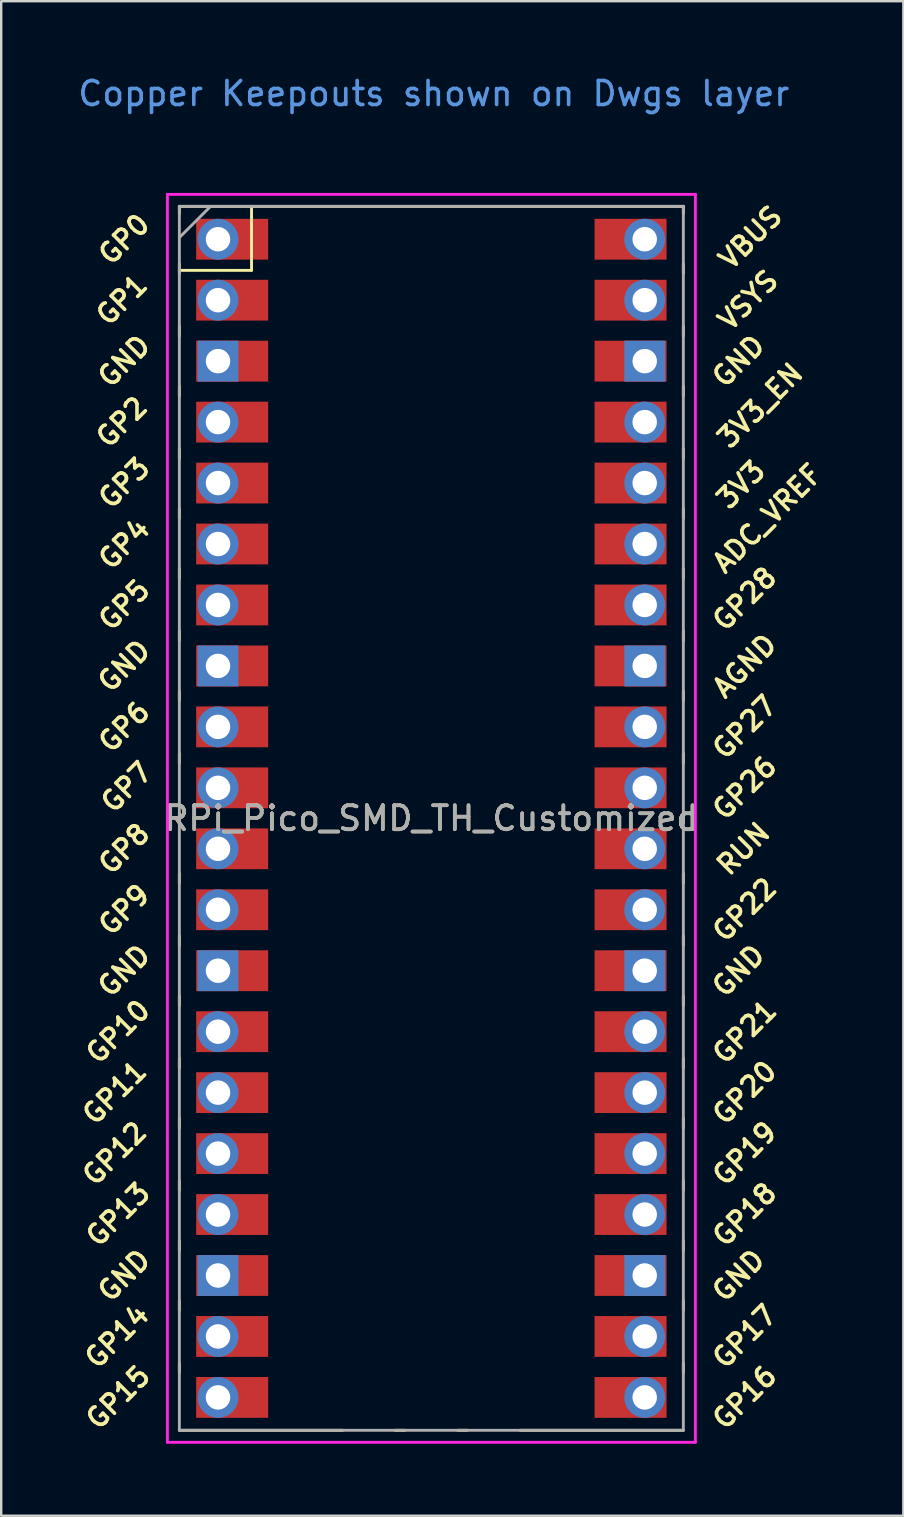
<source format=kicad_pcb>
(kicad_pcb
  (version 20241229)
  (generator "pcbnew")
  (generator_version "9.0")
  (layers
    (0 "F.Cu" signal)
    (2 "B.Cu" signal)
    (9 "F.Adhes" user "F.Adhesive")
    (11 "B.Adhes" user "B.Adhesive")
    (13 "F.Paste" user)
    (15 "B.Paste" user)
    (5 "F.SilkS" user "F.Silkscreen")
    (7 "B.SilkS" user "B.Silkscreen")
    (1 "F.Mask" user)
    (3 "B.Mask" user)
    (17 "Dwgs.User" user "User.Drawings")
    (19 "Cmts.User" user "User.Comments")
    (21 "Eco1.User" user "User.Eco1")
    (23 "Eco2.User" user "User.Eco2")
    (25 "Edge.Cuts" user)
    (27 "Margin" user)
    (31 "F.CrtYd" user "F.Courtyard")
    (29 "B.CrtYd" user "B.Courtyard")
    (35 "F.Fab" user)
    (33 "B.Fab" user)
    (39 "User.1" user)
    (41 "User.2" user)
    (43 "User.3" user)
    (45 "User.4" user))
  (footprint "RPi_Pico_SMD_TH_Customized"
    (layer "F.Cu")
    (at 14.924 31.048)
    (property "Reference" "RPi_Pico_SMD_TH_Customized" (at 0 0 0) (layer "F.SilkS") (effects (font (size 1 1) (thickness 0.15))))
    (attr through_hole)
    (fp_line (start -10.5 -25.5) (end -10.5 -25.2) (stroke (width 0.12) (type solid)) (layer "F.SilkS"))
    (fp_line (start -10.5 -25.5) (end 10.5 -25.5) (stroke (width 0.12) (type solid)) (layer "F.SilkS"))
    (fp_line (start -10.5 -23.1) (end -10.5 -22.7) (stroke (width 0.12) (type solid)) (layer "F.SilkS"))
    (fp_line (start -10.5 -22.833) (end -7.493 -22.833) (stroke (width 0.12) (type solid)) (layer "F.SilkS"))
    (fp_line (start -10.5 -20.5) (end -10.5 -20.1) (stroke (width 0.12) (type solid)) (layer "F.SilkS"))
    (fp_line (start -10.5 -18) (end -10.5 -17.6) (stroke (width 0.12) (type solid)) (layer "F.SilkS"))
    (fp_line (start -10.5 -15.4) (end -10.5 -15) (stroke (width 0.12) (type solid)) (layer "F.SilkS"))
    (fp_line (start -10.5 -12.9) (end -10.5 -12.5) (stroke (width 0.12) (type solid)) (layer "F.SilkS"))
    (fp_line (start -10.5 -10.4) (end -10.5 -10) (stroke (width 0.12) (type solid)) (layer "F.SilkS"))
    (fp_line (start -10.5 -7.8) (end -10.5 -7.4) (stroke (width 0.12) (type solid)) (layer "F.SilkS"))
    (fp_line (start -10.5 -5.3) (end -10.5 -4.9) (stroke (width 0.12) (type solid)) (layer "F.SilkS"))
    (fp_line (start -10.5 -2.7) (end -10.5 -2.3) (stroke (width 0.12) (type solid)) (layer "F.SilkS"))
    (fp_line (start -10.5 -0.2) (end -10.5 0.2) (stroke (width 0.12) (type solid)) (layer "F.SilkS"))
    (fp_line (start -10.5 2.3) (end -10.5 2.7) (stroke (width 0.12) (type solid)) (layer "F.SilkS"))
    (fp_line (start -10.5 4.9) (end -10.5 5.3) (stroke (width 0.12) (type solid)) (layer "F.SilkS"))
    (fp_line (start -10.5 7.4) (end -10.5 7.8) (stroke (width 0.12) (type solid)) (layer "F.SilkS"))
    (fp_line (start -10.5 10) (end -10.5 10.4) (stroke (width 0.12) (type solid)) (layer "F.SilkS"))
    (fp_line (start -10.5 12.5) (end -10.5 12.9) (stroke (width 0.12) (type solid)) (layer "F.SilkS"))
    (fp_line (start -10.5 15.1) (end -10.5 15.5) (stroke (width 0.12) (type solid)) (layer "F.SilkS"))
    (fp_line (start -10.5 17.6) (end -10.5 18) (stroke (width 0.12) (type solid)) (layer "F.SilkS"))
    (fp_line (start -10.5 20.1) (end -10.5 20.5) (stroke (width 0.12) (type solid)) (layer "F.SilkS"))
    (fp_line (start -10.5 22.7) (end -10.5 23.1) (stroke (width 0.12) (type solid)) (layer "F.SilkS"))
    (fp_line (start -7.493 -22.833) (end -7.493 -25.5) (stroke (width 0.12) (type solid)) (layer "F.SilkS"))
    (fp_line (start -3.7 25.5) (end -10.5 25.5) (stroke (width 0.12) (type solid)) (layer "F.SilkS"))
    (fp_line (start -1.5 25.5) (end -1.1 25.5) (stroke (width 0.12) (type solid)) (layer "F.SilkS"))
    (fp_line (start 1.1 25.5) (end 1.5 25.5) (stroke (width 0.12) (type solid)) (layer "F.SilkS"))
    (fp_line (start 10.5 -25.5) (end 10.5 -25.2) (stroke (width 0.12) (type solid)) (layer "F.SilkS"))
    (fp_line (start 10.5 -23.1) (end 10.5 -22.7) (stroke (width 0.12) (type solid)) (layer "F.SilkS"))
    (fp_line (start 10.5 -20.5) (end 10.5 -20.1) (stroke (width 0.12) (type solid)) (layer "F.SilkS"))
    (fp_line (start 10.5 -18) (end 10.5 -17.6) (stroke (width 0.12) (type solid)) (layer "F.SilkS"))
    (fp_line (start 10.5 -15.4) (end 10.5 -15) (stroke (width 0.12) (type solid)) (layer "F.SilkS"))
    (fp_line (start 10.5 -12.9) (end 10.5 -12.5) (stroke (width 0.12) (type solid)) (layer "F.SilkS"))
    (fp_line (start 10.5 -10.4) (end 10.5 -10) (stroke (width 0.12) (type solid)) (layer "F.SilkS"))
    (fp_line (start 10.5 -7.8) (end 10.5 -7.4) (stroke (width 0.12) (type solid)) (layer "F.SilkS"))
    (fp_line (start 10.5 -5.3) (end 10.5 -4.9) (stroke (width 0.12) (type solid)) (layer "F.SilkS"))
    (fp_line (start 10.5 -2.7) (end 10.5 -2.3) (stroke (width 0.12) (type solid)) (layer "F.SilkS"))
    (fp_line (start 10.5 -0.2) (end 10.5 0.2) (stroke (width 0.12) (type solid)) (layer "F.SilkS"))
    (fp_line (start 10.5 2.3) (end 10.5 2.7) (stroke (width 0.12) (type solid)) (layer "F.SilkS"))
    (fp_line (start 10.5 4.9) (end 10.5 5.3) (stroke (width 0.12) (type solid)) (layer "F.SilkS"))
    (fp_line (start 10.5 7.4) (end 10.5 7.8) (stroke (width 0.12) (type solid)) (layer "F.SilkS"))
    (fp_line (start 10.5 10) (end 10.5 10.4) (stroke (width 0.12) (type solid)) (layer "F.SilkS"))
    (fp_line (start 10.5 12.5) (end 10.5 12.9) (stroke (width 0.12) (type solid)) (layer "F.SilkS"))
    (fp_line (start 10.5 15.1) (end 10.5 15.5) (stroke (width 0.12) (type solid)) (layer "F.SilkS"))
    (fp_line (start 10.5 17.6) (end 10.5 18) (stroke (width 0.12) (type solid)) (layer "F.SilkS"))
    (fp_line (start 10.5 20.1) (end 10.5 20.5) (stroke (width 0.12) (type solid)) (layer "F.SilkS"))
    (fp_line (start 10.5 22.7) (end 10.5 23.1) (stroke (width 0.12) (type solid)) (layer "F.SilkS"))
    (fp_line (start 10.5 25.5) (end 3.7 25.5) (stroke (width 0.12) (type solid)) (layer "F.SilkS"))
    (fp_line (start -11 -26) (end 11 -26) (stroke (width 0.12) (type solid)) (layer "F.CrtYd"))
    (fp_line (start -11 26) (end -11 -26) (stroke (width 0.12) (type solid)) (layer "F.CrtYd"))
    (fp_line (start 11 -26) (end 11 26) (stroke (width 0.12) (type solid)) (layer "F.CrtYd"))
    (fp_line (start 11 26) (end -11 26) (stroke (width 0.12) (type solid)) (layer "F.CrtYd"))
    (fp_line (start -10.5 -25.5) (end 10.5 -25.5) (stroke (width 0.12) (type solid)) (layer "F.Fab"))
    (fp_line (start -10.5 -24.2) (end -9.2 -25.5) (stroke (width 0.12) (type solid)) (layer "F.Fab"))
    (fp_line (start -10.5 25.5) (end -10.5 -25.5) (stroke (width 0.12) (type solid)) (layer "F.Fab"))
    (fp_line (start 10.5 -25.5) (end 10.5 25.5) (stroke (width 0.12) (type solid)) (layer "F.Fab"))
    (fp_line (start 10.5 25.5) (end -10.5 25.5) (stroke (width 0.12) (type solid)) (layer "F.Fab"))
    (fp_text user "GP15" (at -13.054 24.13 45) (layer "F.SilkS") (effects (font (size 0.8 0.8) (thickness 0.15))))
    (fp_text user "GP17" (at 13.054 21.59 45) (layer "F.SilkS") (effects (font (size 0.8 0.8) (thickness 0.15))))
    (fp_text user "GP3" (at -12.8 -13.97 45) (layer "F.SilkS") (effects (font (size 0.8 0.8) (thickness 0.15))))
    (fp_text user "GP13" (at -13.054 16.51 45) (layer "F.SilkS") (effects (font (size 0.8 0.8) (thickness 0.15))))
    (fp_text user "GP18" (at 13.054 16.51 45) (layer "F.SilkS") (effects (font (size 0.8 0.8) (thickness 0.15))))
    (fp_text user "GND" (at -12.8 -19.05 45) (layer "F.SilkS") (effects (font (size 0.8 0.8) (thickness 0.15))))
    (fp_text user "GP8" (at -12.8 1.27 45) (layer "F.SilkS") (effects (font (size 0.8 0.8) (thickness 0.15))))
    (fp_text user "GP2" (at -12.9 -16.51 45) (layer "F.SilkS") (effects (font (size 0.8 0.8) (thickness 0.15))))
    (fp_text user "GP12" (at -13.2 13.97 45) (layer "F.SilkS") (effects (font (size 0.8 0.8) (thickness 0.15))))
    (fp_text user "GND" (at 12.8 19.05 45) (layer "F.SilkS") (effects (font (size 0.8 0.8) (thickness 0.15))))
    (fp_text user "GND" (at -12.8 6.35 45) (layer "F.SilkS") (effects (font (size 0.8 0.8) (thickness 0.15))))
    (fp_text user "GP28" (at 13.054 -9.144 45) (layer "F.SilkS") (effects (font (size 0.8 0.8) (thickness 0.15))))
    (fp_text user "GP7" (at -12.7 -1.3 45) (layer "F.SilkS") (effects (font (size 0.8 0.8) (thickness 0.15))))
    (fp_text user "3V3" (at 12.9 -13.9 45) (layer "F.SilkS") (effects (font (size 0.8 0.8) (thickness 0.15))))
    (fp_text user "GP10" (at -13.054 8.89 45) (layer "F.SilkS") (effects (font (size 0.8 0.8) (thickness 0.15))))
    (fp_text user "GP27" (at 13.054 -3.8 45) (layer "F.SilkS") (effects (font (size 0.8 0.8) (thickness 0.15))))
    (fp_text user "GP1" (at -12.9 -21.6 45) (layer "F.SilkS") (effects (font (size 0.8 0.8) (thickness 0.15))))
    (fp_text user "GND" (at -12.8 19.05 45) (layer "F.SilkS") (effects (font (size 0.8 0.8) (thickness 0.15))))
    (fp_text user "GND" (at -12.8 -6.35 45) (layer "F.SilkS") (effects (font (size 0.8 0.8) (thickness 0.15))))
    (fp_text user "GP20" (at 13.054 11.43 45) (layer "F.SilkS") (effects (font (size 0.8 0.8) (thickness 0.15))))
    (fp_text user "ADC_VREF" (at 14 -12.5 45) (layer "F.SilkS") (effects (font (size 0.8 0.8) (thickness 0.15))))
    (fp_text user "GP11" (at -13.2 11.43 45) (layer "F.SilkS") (effects (font (size 0.8 0.8) (thickness 0.15))))
    (fp_text user "GP5" (at -12.8 -8.89 45) (layer "F.SilkS") (effects (font (size 0.8 0.8) (thickness 0.15))))
    (fp_text user "GP4" (at -12.8 -11.43 45) (layer "F.SilkS") (effects (font (size 0.8 0.8) (thickness 0.15))))
    (fp_text user "3V3_EN" (at 13.7 -17.2 45) (layer "F.SilkS") (effects (font (size 0.8 0.8) (thickness 0.15))))
    (fp_text user "GP0" (at -12.8 -24.13 45) (layer "F.SilkS") (effects (font (size 0.8 0.8) (thickness 0.15))))
    (fp_text user "GND" (at 12.8 -19.05 45) (layer "F.SilkS") (effects (font (size 0.8 0.8) (thickness 0.15))))
    (fp_text user "GP6" (at -12.8 -3.81 45) (layer "F.SilkS") (effects (font (size 0.8 0.8) (thickness 0.15))))
    (fp_text user "RUN" (at 13 1.27 45) (layer "F.SilkS") (effects (font (size 0.8 0.8) (thickness 0.15))))
    (fp_text user "GP14" (at -13.1 21.59 45) (layer "F.SilkS") (effects (font (size 0.8 0.8) (thickness 0.15))))
    (fp_text user "GP19" (at 13.054 13.97 45) (layer "F.SilkS") (effects (font (size 0.8 0.8) (thickness 0.15))))
    (fp_text user "GP9" (at -12.8 3.81 45) (layer "F.SilkS") (effects (font (size 0.8 0.8) (thickness 0.15))))
    (fp_text user "VSYS" (at 13.2 -21.59 45) (layer "F.SilkS") (effects (font (size 0.8 0.8) (thickness 0.15))))
    (fp_text user "GP21" (at 13.054 8.9 45) (layer "F.SilkS") (effects (font (size 0.8 0.8) (thickness 0.15))))
    (fp_text user "GND" (at 12.8 6.35 45) (layer "F.SilkS") (effects (font (size 0.8 0.8) (thickness 0.15))))
    (fp_text user "AGND" (at 13.054 -6.35 45) (layer "F.SilkS") (effects (font (size 0.8 0.8) (thickness 0.15))))
    (fp_text user "GP16" (at 13.054 24.13 45) (layer "F.SilkS") (effects (font (size 0.8 0.8) (thickness 0.15))))
    (fp_text user "GP26" (at 13.054 -1.27 45) (layer "F.SilkS") (effects (font (size 0.8 0.8) (thickness 0.15))))
    (fp_text user "VBUS" (at 13.3 -24.2 45) (layer "F.SilkS") (effects (font (size 0.8 0.8) (thickness 0.15))))
    (fp_text user "GP22" (at 13.054 3.81 45) (layer "F.SilkS") (effects (font (size 0.8 0.8) (thickness 0.15))))
    (fp_text user "Copper Keepouts shown on Dwgs layer" (at 0.1 -30.2 0) (layer "Cmts.User") (effects (font (size 1 1) (thickness 0.15))))
    (fp_text user "${REFERENCE}" (at 0 0 180) (layer "F.Fab") (effects (font (size 1 1) (thickness 0.15))))
    (pad "1" thru_hole oval (at -8.89 -24.13) (size 1.7 1.7) (drill 1.02) (layers "*.Cu" "*.Mask"))
    (pad "1" smd rect (at -7.4 -24.13) (size 3 1.7) (drill (offset -0.9 0)) (layers "F.Cu" "F.Mask"))
    (pad "2" thru_hole oval (at -8.89 -21.59) (size 1.7 1.7) (drill 1.02) (layers "*.Cu" "*.Mask"))
    (pad "2" smd rect (at -7.4 -21.59) (size 3 1.7) (drill (offset -0.9 0)) (layers "F.Cu" "F.Mask"))
    (pad "3" thru_hole rect (at -8.89 -19.05) (size 1.7 1.7) (drill 1.02) (layers "*.Cu" "*.Mask"))
    (pad "3" smd rect (at -7.4 -19.05) (size 3 1.7) (drill (offset -0.9 0)) (layers "F.Cu" "F.Mask"))
    (pad "4" thru_hole oval (at -8.89 -16.51) (size 1.7 1.7) (drill 1.02) (layers "*.Cu" "*.Mask"))
    (pad "4" smd rect (at -7.4 -16.51) (size 3 1.7) (drill (offset -0.9 0)) (layers "F.Cu" "F.Mask"))
    (pad "5" thru_hole oval (at -8.89 -13.97) (size 1.7 1.7) (drill 1.02) (layers "*.Cu" "*.Mask"))
    (pad "5" smd rect (at -7.4 -13.97) (size 3 1.7) (drill (offset -0.9 0)) (layers "F.Cu" "F.Mask"))
    (pad "6" thru_hole oval (at -8.89 -11.43) (size 1.7 1.7) (drill 1.02) (layers "*.Cu" "*.Mask"))
    (pad "6" smd rect (at -7.4 -11.43) (size 3 1.7) (drill (offset -0.9 0)) (layers "F.Cu" "F.Mask"))
    (pad "7" thru_hole oval (at -8.89 -8.89) (size 1.7 1.7) (drill 1.02) (layers "*.Cu" "*.Mask"))
    (pad "7" smd rect (at -7.4 -8.89) (size 3 1.7) (drill (offset -0.9 0)) (layers "F.Cu" "F.Mask"))
    (pad "8" thru_hole rect (at -8.89 -6.35) (size 1.7 1.7) (drill 1.02) (layers "*.Cu" "*.Mask"))
    (pad "8" smd rect (at -7.4 -6.35) (size 3 1.7) (drill (offset -0.9 0)) (layers "F.Cu" "F.Mask"))
    (pad "9" thru_hole oval (at -8.89 -3.81) (size 1.7 1.7) (drill 1.02) (layers "*.Cu" "*.Mask"))
    (pad "9" smd rect (at -7.4 -3.81) (size 3 1.7) (drill (offset -0.9 0)) (layers "F.Cu" "F.Mask"))
    (pad "10" thru_hole oval (at -8.89 -1.27) (size 1.7 1.7) (drill 1.02) (layers "*.Cu" "*.Mask"))
    (pad "10" smd rect (at -7.4 -1.27) (size 3 1.7) (drill (offset -0.9 0)) (layers "F.Cu" "F.Mask"))
    (pad "11" thru_hole oval (at -8.89 1.27) (size 1.7 1.7) (drill 1.02) (layers "*.Cu" "*.Mask"))
    (pad "11" smd rect (at -7.4 1.27) (size 3 1.7) (drill (offset -0.9 0)) (layers "F.Cu" "F.Mask"))
    (pad "12" thru_hole oval (at -8.89 3.81) (size 1.7 1.7) (drill 1.02) (layers "*.Cu" "*.Mask"))
    (pad "12" smd rect (at -7.4 3.81) (size 3 1.7) (drill (offset -0.9 0)) (layers "F.Cu" "F.Mask"))
    (pad "13" thru_hole rect (at -8.89 6.35) (size 1.7 1.7) (drill 1.02) (layers "*.Cu" "*.Mask"))
    (pad "13" smd rect (at -7.4 6.35) (size 3 1.7) (drill (offset -0.9 0)) (layers "F.Cu" "F.Mask"))
    (pad "14" thru_hole oval (at -8.89 8.89) (size 1.7 1.7) (drill 1.02) (layers "*.Cu" "*.Mask"))
    (pad "14" smd rect (at -7.4 8.89) (size 3 1.7) (drill (offset -0.9 0)) (layers "F.Cu" "F.Mask"))
    (pad "15" thru_hole oval (at -8.89 11.43) (size 1.7 1.7) (drill 1.02) (layers "*.Cu" "*.Mask"))
    (pad "15" smd rect (at -7.4 11.43) (size 3 1.7) (drill (offset -0.9 0)) (layers "F.Cu" "F.Mask"))
    (pad "16" thru_hole oval (at -8.89 13.97) (size 1.7 1.7) (drill 1.02) (layers "*.Cu" "*.Mask"))
    (pad "16" smd rect (at -7.4 13.97) (size 3 1.7) (drill (offset -0.9 0)) (layers "F.Cu" "F.Mask"))
    (pad "17" thru_hole oval (at -8.89 16.51) (size 1.7 1.7) (drill 1.02) (layers "*.Cu" "*.Mask"))
    (pad "17" smd rect (at -7.4 16.51) (size 3 1.7) (drill (offset -0.9 0)) (layers "F.Cu" "F.Mask"))
    (pad "18" thru_hole rect (at -8.89 19.05) (size 1.7 1.7) (drill 1.02) (layers "*.Cu" "*.Mask"))
    (pad "18" smd rect (at -7.4 19.05) (size 3 1.7) (drill (offset -0.9 0)) (layers "F.Cu" "F.Mask"))
    (pad "19" thru_hole oval (at -8.89 21.59) (size 1.7 1.7) (drill 1.02) (layers "*.Cu" "*.Mask"))
    (pad "19" smd rect (at -7.4 21.59) (size 3 1.7) (drill (offset -0.9 0)) (layers "F.Cu" "F.Mask"))
    (pad "20" thru_hole oval (at -8.89 24.13) (size 1.7 1.7) (drill 1.02) (layers "*.Cu" "*.Mask"))
    (pad "20" smd rect (at -7.4 24.13) (size 3 1.7) (drill (offset -0.9 0)) (layers "F.Cu" "F.Mask"))
    (pad "21" thru_hole oval (at 8.89 24.13) (size 1.7 1.7) (drill 1.02) (layers "*.Cu" "*.Mask"))
    (pad "21" smd rect (at 9.2 24.13) (size 3 1.7) (drill (offset -0.9 0)) (layers "F.Cu" "F.Mask"))
    (pad "22" thru_hole oval (at 8.89 21.59) (size 1.7 1.7) (drill 1.02) (layers "*.Cu" "*.Mask"))
    (pad "22" smd rect (at 9.2 21.59) (size 3 1.7) (drill (offset -0.9 0)) (layers "F.Cu" "F.Mask"))
    (pad "23" thru_hole rect (at 8.89 19.05) (size 1.7 1.7) (drill 1.02) (layers "*.Cu" "*.Mask"))
    (pad "23" smd rect (at 9.2 19.05) (size 3 1.7) (drill (offset -0.9 0)) (layers "F.Cu" "F.Mask"))
    (pad "24" thru_hole oval (at 8.89 16.51) (size 1.7 1.7) (drill 1.02) (layers "*.Cu" "*.Mask"))
    (pad "24" smd rect (at 9.2 16.51) (size 3 1.7) (drill (offset -0.9 0)) (layers "F.Cu" "F.Mask"))
    (pad "25" thru_hole oval (at 8.89 13.97) (size 1.7 1.7) (drill 1.02) (layers "*.Cu" "*.Mask"))
    (pad "25" smd rect (at 9.2 13.97) (size 3 1.7) (drill (offset -0.9 0)) (layers "F.Cu" "F.Mask"))
    (pad "26" thru_hole oval (at 8.89 11.43) (size 1.7 1.7) (drill 1.02) (layers "*.Cu" "*.Mask"))
    (pad "26" smd rect (at 9.2 11.43) (size 3 1.7) (drill (offset -0.9 0)) (layers "F.Cu" "F.Mask"))
    (pad "27" thru_hole oval (at 8.89 8.89) (size 1.7 1.7) (drill 1.02) (layers "*.Cu" "*.Mask"))
    (pad "27" smd rect (at 9.2 8.89) (size 3 1.7) (drill (offset -0.9 0)) (layers "F.Cu" "F.Mask"))
    (pad "28" thru_hole rect (at 8.89 6.35) (size 1.7 1.7) (drill 1.02) (layers "*.Cu" "*.Mask"))
    (pad "28" smd rect (at 9.2 6.35) (size 3 1.7) (drill (offset -0.9 0)) (layers "F.Cu" "F.Mask"))
    (pad "29" thru_hole oval (at 8.89 3.81) (size 1.7 1.7) (drill 1.02) (layers "*.Cu" "*.Mask"))
    (pad "29" smd rect (at 9.2 3.81) (size 3 1.7) (drill (offset -0.9 0)) (layers "F.Cu" "F.Mask"))
    (pad "30" thru_hole oval (at 8.89 1.27) (size 1.7 1.7) (drill 1.02) (layers "*.Cu" "*.Mask"))
    (pad "30" smd rect (at 9.2 1.27) (size 3 1.7) (drill (offset -0.9 0)) (layers "F.Cu" "F.Mask"))
    (pad "31" thru_hole oval (at 8.89 -1.27) (size 1.7 1.7) (drill 1.02) (layers "*.Cu" "*.Mask"))
    (pad "31" smd rect (at 9.2 -1.27) (size 3 1.7) (drill (offset -0.9 0)) (layers "F.Cu" "F.Mask"))
    (pad "32" thru_hole oval (at 8.89 -3.81) (size 1.7 1.7) (drill 1.02) (layers "*.Cu" "*.Mask"))
    (pad "32" smd rect (at 9.2 -3.81) (size 3 1.7) (drill (offset -0.9 0)) (layers "F.Cu" "F.Mask"))
    (pad "33" thru_hole rect (at 8.89 -6.35) (size 1.7 1.7) (drill 1.02) (layers "*.Cu" "*.Mask"))
    (pad "33" smd rect (at 9.2 -6.35) (size 3 1.7) (drill (offset -0.9 0)) (layers "F.Cu" "F.Mask"))
    (pad "34" thru_hole oval (at 8.89 -8.89) (size 1.7 1.7) (drill 1.02) (layers "*.Cu" "*.Mask"))
    (pad "34" smd rect (at 9.2 -8.89) (size 3 1.7) (drill (offset -0.9 0)) (layers "F.Cu" "F.Mask"))
    (pad "35" thru_hole oval (at 8.89 -11.43) (size 1.7 1.7) (drill 1.02) (layers "*.Cu" "*.Mask"))
    (pad "35" smd rect (at 9.2 -11.43) (size 3 1.7) (drill (offset -0.9 0)) (layers "F.Cu" "F.Mask"))
    (pad "36" thru_hole oval (at 8.89 -13.97) (size 1.7 1.7) (drill 1.02) (layers "*.Cu" "*.Mask"))
    (pad "36" smd rect (at 9.2 -13.97) (size 3 1.7) (drill (offset -0.9 0)) (layers "F.Cu" "F.Mask"))
    (pad "37" thru_hole oval (at 8.89 -16.51) (size 1.7 1.7) (drill 1.02) (layers "*.Cu" "*.Mask"))
    (pad "37" smd rect (at 9.2 -16.51) (size 3 1.7) (drill (offset -0.9 0)) (layers "F.Cu" "F.Mask"))
    (pad "38" thru_hole rect (at 8.89 -19.05) (size 1.7 1.7) (drill 1.02) (layers "*.Cu" "*.Mask"))
    (pad "38" smd rect (at 9.2 -19.05) (size 3 1.7) (drill (offset -0.9 0)) (layers "F.Cu" "F.Mask"))
    (pad "39" thru_hole oval (at 8.89 -21.59) (size 1.7 1.7) (drill 1.02) (layers "*.Cu" "*.Mask"))
    (pad "39" smd rect (at 9.2 -21.59) (size 3 1.7) (drill (offset -0.9 0)) (layers "F.Cu" "F.Mask"))
    (pad "40" thru_hole oval (at 8.89 -24.13) (size 1.7 1.7) (drill 1.02) (layers "*.Cu" "*.Mask"))
    (pad "40" smd rect (at 9.2 -24.13) (size 3 1.7) (drill (offset -0.9 0)) (layers "F.Cu" "F.Mask")))
  (gr_rect
    (start -3 -3)
    (end 34.591 60.108)
    (stroke (width 0.1) (type default))
    (fill no)
    (layer "Edge.Cuts")))
</source>
